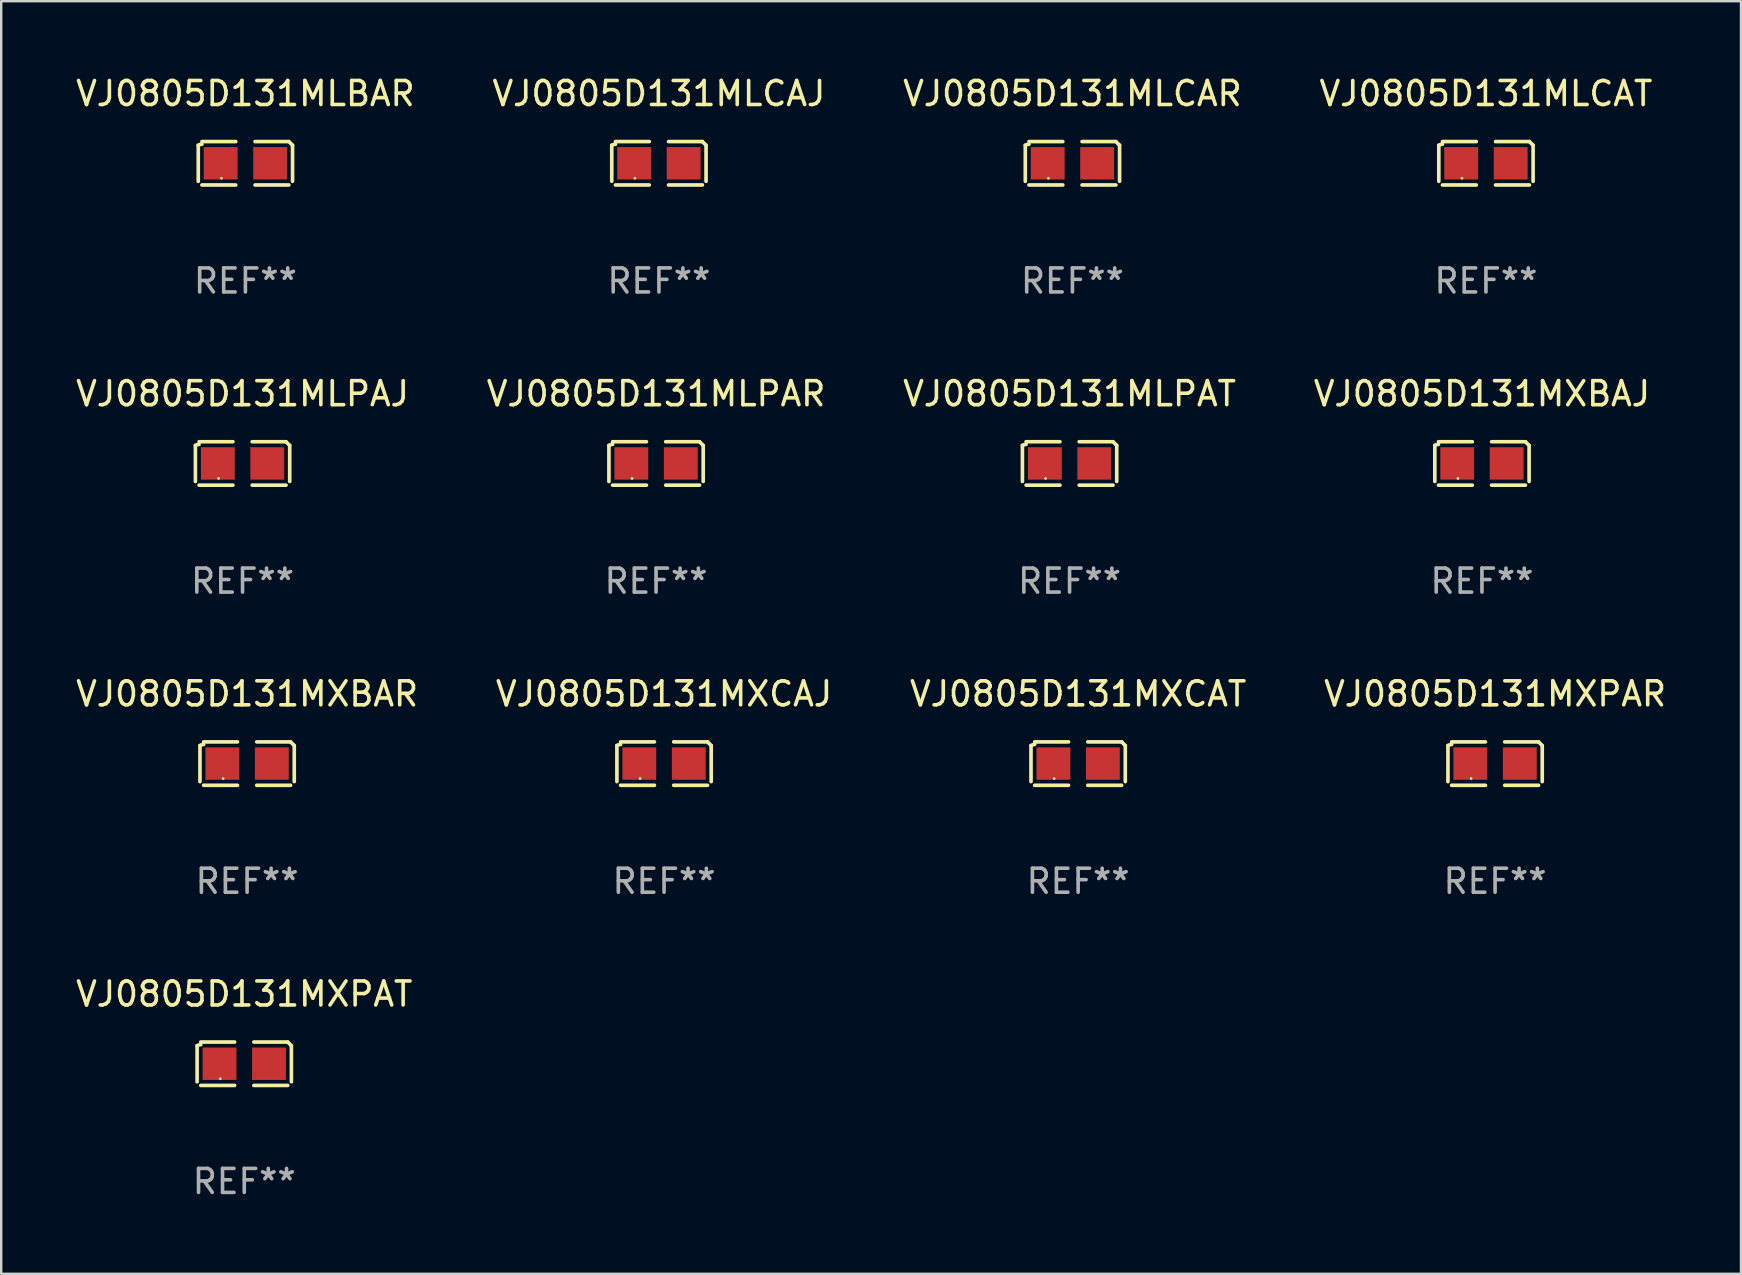
<source format=kicad_pcb>
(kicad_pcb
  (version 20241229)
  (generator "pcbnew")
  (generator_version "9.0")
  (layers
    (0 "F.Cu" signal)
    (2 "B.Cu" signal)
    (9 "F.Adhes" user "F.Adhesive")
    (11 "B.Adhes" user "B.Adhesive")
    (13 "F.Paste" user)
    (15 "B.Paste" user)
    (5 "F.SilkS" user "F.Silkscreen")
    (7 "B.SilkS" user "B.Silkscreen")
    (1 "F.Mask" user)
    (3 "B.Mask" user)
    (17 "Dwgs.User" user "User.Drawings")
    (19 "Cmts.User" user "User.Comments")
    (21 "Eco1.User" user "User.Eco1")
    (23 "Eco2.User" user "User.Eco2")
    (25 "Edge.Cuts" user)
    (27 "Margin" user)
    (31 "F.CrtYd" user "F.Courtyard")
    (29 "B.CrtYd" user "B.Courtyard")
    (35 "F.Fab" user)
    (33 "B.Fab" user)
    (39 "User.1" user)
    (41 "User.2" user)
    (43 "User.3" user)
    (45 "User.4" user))
  (footprint "VJ0805D131MXPAR"
    (layer "F.Cu")
    (at 59.232 28.759)
    (property "Reference" "VJ0805D131MXPAR" (at 0 -2.904 0) (layer "F.SilkS") (effects (font (size 1 1) (thickness 0.15))))
    (attr through_hole)
    (fp_line (start -1.964 0.751) (end -1.964 -0.751) (stroke (width 0.152) (type solid)) (layer "F.SilkS"))
    (fp_line (start -1.811 -0.904) (end -0.401 -0.904) (stroke (width 0.152) (type solid)) (layer "F.SilkS"))
    (fp_line (start -0.401 0.904) (end -1.811 0.904) (stroke (width 0.152) (type solid)) (layer "F.SilkS"))
    (fp_line (start 0.401 0.904) (end 1.811 0.904) (stroke (width 0.152) (type solid)) (layer "F.SilkS"))
    (fp_line (start 1.811 -0.904) (end 0.401 -0.904) (stroke (width 0.152) (type solid)) (layer "F.SilkS"))
    (fp_line (start 1.964 0.751) (end 1.964 -0.751) (stroke (width 0.152) (type solid)) (layer "F.SilkS"))
    (fp_arc (start -1.963602 -0.751207) (mid -1.890354 -0.783131) (end -1.811201 -0.794044) (stroke (width 0.1524) (type solid)) (layer "F.SilkS"))
    (fp_arc (start 1.811202 -0.903607) (mid 1.887413 -0.827418) (end 1.963602 -0.751207) (stroke (width 0.1524) (type solid)) (layer "F.SilkS"))
    (fp_circle (center -1 0.625) (end -0.97 0.625) (stroke (width 0.06) (type solid)) (fill no) (layer "F.SilkS"))
    (fp_text user "REF**" (at 0 4.904 0) (layer "F.Fab") (effects (font (size 1 1) (thickness 0.15))))
    (pad "1" smd rect (at -1.03 0) (size 1.41 1.35) (layers "F.Cu" "F.Mask" "F.Paste"))
    (pad "2" smd rect (at 1.03 0) (size 1.41 1.35) (layers "F.Cu" "F.Mask" "F.Paste")))
  (footprint "VJ0805D131MLCAR"
    (layer "F.Cu")
    (at 41.625 3.752)
    (property "Reference" "VJ0805D131MLCAR" (at 0 -2.904 0) (layer "F.SilkS") (effects (font (size 1 1) (thickness 0.15))))
    (attr through_hole)
    (fp_line (start -1.964 0.751) (end -1.964 -0.751) (stroke (width 0.152) (type solid)) (layer "F.SilkS"))
    (fp_line (start -1.811 -0.904) (end -0.401 -0.904) (stroke (width 0.152) (type solid)) (layer "F.SilkS"))
    (fp_line (start -0.401 0.904) (end -1.811 0.904) (stroke (width 0.152) (type solid)) (layer "F.SilkS"))
    (fp_line (start 0.401 0.904) (end 1.811 0.904) (stroke (width 0.152) (type solid)) (layer "F.SilkS"))
    (fp_line (start 1.811 -0.904) (end 0.401 -0.904) (stroke (width 0.152) (type solid)) (layer "F.SilkS"))
    (fp_line (start 1.964 0.751) (end 1.964 -0.751) (stroke (width 0.152) (type solid)) (layer "F.SilkS"))
    (fp_arc (start -1.963602 -0.751207) (mid -1.890354 -0.783131) (end -1.811201 -0.794044) (stroke (width 0.1524) (type solid)) (layer "F.SilkS"))
    (fp_arc (start 1.811202 -0.903607) (mid 1.887413 -0.827418) (end 1.963602 -0.751207) (stroke (width 0.1524) (type solid)) (layer "F.SilkS"))
    (fp_circle (center -1 0.625) (end -0.97 0.625) (stroke (width 0.06) (type solid)) (fill no) (layer "F.SilkS"))
    (fp_text user "REF**" (at 0 4.904 0) (layer "F.Fab") (effects (font (size 1 1) (thickness 0.15))))
    (pad "1" smd rect (at -1.03 0) (size 1.41 1.35) (layers "F.Cu" "F.Mask" "F.Paste"))
    (pad "2" smd rect (at 1.03 0) (size 1.41 1.35) (layers "F.Cu" "F.Mask" "F.Paste")))
  (footprint "VJ0805D131MXCAJ"
    (layer "F.Cu")
    (at 24.613 28.759)
    (property "Reference" "VJ0805D131MXCAJ" (at 0 -2.904 0) (layer "F.SilkS") (effects (font (size 1 1) (thickness 0.15))))
    (attr through_hole)
    (fp_line (start -1.964 0.751) (end -1.964 -0.751) (stroke (width 0.152) (type solid)) (layer "F.SilkS"))
    (fp_line (start -1.811 -0.904) (end -0.401 -0.904) (stroke (width 0.152) (type solid)) (layer "F.SilkS"))
    (fp_line (start -0.401 0.904) (end -1.811 0.904) (stroke (width 0.152) (type solid)) (layer "F.SilkS"))
    (fp_line (start 0.401 0.904) (end 1.811 0.904) (stroke (width 0.152) (type solid)) (layer "F.SilkS"))
    (fp_line (start 1.811 -0.904) (end 0.401 -0.904) (stroke (width 0.152) (type solid)) (layer "F.SilkS"))
    (fp_line (start 1.964 0.751) (end 1.964 -0.751) (stroke (width 0.152) (type solid)) (layer "F.SilkS"))
    (fp_arc (start -1.963602 -0.751207) (mid -1.890354 -0.783131) (end -1.811201 -0.794044) (stroke (width 0.1524) (type solid)) (layer "F.SilkS"))
    (fp_arc (start 1.811202 -0.903607) (mid 1.887413 -0.827418) (end 1.963602 -0.751207) (stroke (width 0.1524) (type solid)) (layer "F.SilkS"))
    (fp_circle (center -1 0.625) (end -0.97 0.625) (stroke (width 0.06) (type solid)) (fill no) (layer "F.SilkS"))
    (fp_text user "REF**" (at 0 4.904 0) (layer "F.Fab") (effects (font (size 1 1) (thickness 0.15))))
    (pad "1" smd rect (at -1.03 0) (size 1.41 1.35) (layers "F.Cu" "F.Mask" "F.Paste"))
    (pad "2" smd rect (at 1.03 0) (size 1.41 1.35) (layers "F.Cu" "F.Mask" "F.Paste")))
  (footprint "VJ0805D131MLPAT"
    (layer "F.Cu")
    (at 41.506 16.256)
    (property "Reference" "VJ0805D131MLPAT" (at 0 -2.904 0) (layer "F.SilkS") (effects (font (size 1 1) (thickness 0.15))))
    (attr through_hole)
    (fp_line (start -1.964 0.751) (end -1.964 -0.751) (stroke (width 0.152) (type solid)) (layer "F.SilkS"))
    (fp_line (start -1.811 -0.904) (end -0.401 -0.904) (stroke (width 0.152) (type solid)) (layer "F.SilkS"))
    (fp_line (start -0.401 0.904) (end -1.811 0.904) (stroke (width 0.152) (type solid)) (layer "F.SilkS"))
    (fp_line (start 0.401 0.904) (end 1.811 0.904) (stroke (width 0.152) (type solid)) (layer "F.SilkS"))
    (fp_line (start 1.811 -0.904) (end 0.401 -0.904) (stroke (width 0.152) (type solid)) (layer "F.SilkS"))
    (fp_line (start 1.964 0.751) (end 1.964 -0.751) (stroke (width 0.152) (type solid)) (layer "F.SilkS"))
    (fp_arc (start -1.963602 -0.751207) (mid -1.890354 -0.783131) (end -1.811201 -0.794044) (stroke (width 0.1524) (type solid)) (layer "F.SilkS"))
    (fp_arc (start 1.811202 -0.903607) (mid 1.887413 -0.827418) (end 1.963602 -0.751207) (stroke (width 0.1524) (type solid)) (layer "F.SilkS"))
    (fp_circle (center -1 0.625) (end -0.97 0.625) (stroke (width 0.06) (type solid)) (fill no) (layer "F.SilkS"))
    (fp_text user "REF**" (at 0 4.904 0) (layer "F.Fab") (effects (font (size 1 1) (thickness 0.15))))
    (pad "1" smd rect (at -1.03 0) (size 1.41 1.35) (layers "F.Cu" "F.Mask" "F.Paste"))
    (pad "2" smd rect (at 1.03 0) (size 1.41 1.35) (layers "F.Cu" "F.Mask" "F.Paste")))
  (footprint "VJ0805D131MXPAT"
    (layer "F.Cu")
    (at 7.125 41.263)
    (property "Reference" "VJ0805D131MXPAT" (at 0 -2.904 0) (layer "F.SilkS") (effects (font (size 1 1) (thickness 0.15))))
    (attr through_hole)
    (fp_line (start -1.964 0.751) (end -1.964 -0.751) (stroke (width 0.152) (type solid)) (layer "F.SilkS"))
    (fp_line (start -1.811 -0.904) (end -0.401 -0.904) (stroke (width 0.152) (type solid)) (layer "F.SilkS"))
    (fp_line (start -0.401 0.904) (end -1.811 0.904) (stroke (width 0.152) (type solid)) (layer "F.SilkS"))
    (fp_line (start 0.401 0.904) (end 1.811 0.904) (stroke (width 0.152) (type solid)) (layer "F.SilkS"))
    (fp_line (start 1.811 -0.904) (end 0.401 -0.904) (stroke (width 0.152) (type solid)) (layer "F.SilkS"))
    (fp_line (start 1.964 0.751) (end 1.964 -0.751) (stroke (width 0.152) (type solid)) (layer "F.SilkS"))
    (fp_arc (start -1.963602 -0.751207) (mid -1.890354 -0.783131) (end -1.811201 -0.794044) (stroke (width 0.1524) (type solid)) (layer "F.SilkS"))
    (fp_arc (start 1.811202 -0.903607) (mid 1.887413 -0.827418) (end 1.963602 -0.751207) (stroke (width 0.1524) (type solid)) (layer "F.SilkS"))
    (fp_circle (center -1 0.625) (end -0.97 0.625) (stroke (width 0.06) (type solid)) (fill no) (layer "F.SilkS"))
    (fp_text user "REF**" (at 0 4.904 0) (layer "F.Fab") (effects (font (size 1 1) (thickness 0.15))))
    (pad "1" smd rect (at -1.03 0) (size 1.41 1.35) (layers "F.Cu" "F.Mask" "F.Paste"))
    (pad "2" smd rect (at 1.03 0) (size 1.41 1.35) (layers "F.Cu" "F.Mask" "F.Paste")))
  (footprint "VJ0805D131MLBAR"
    (layer "F.Cu")
    (at 7.173 3.752)
    (property "Reference" "VJ0805D131MLBAR" (at 0 -2.904 0) (layer "F.SilkS") (effects (font (size 1 1) (thickness 0.15))))
    (attr through_hole)
    (fp_line (start -1.964 0.751) (end -1.964 -0.751) (stroke (width 0.152) (type solid)) (layer "F.SilkS"))
    (fp_line (start -1.811 -0.904) (end -0.401 -0.904) (stroke (width 0.152) (type solid)) (layer "F.SilkS"))
    (fp_line (start -0.401 0.904) (end -1.811 0.904) (stroke (width 0.152) (type solid)) (layer "F.SilkS"))
    (fp_line (start 0.401 0.904) (end 1.811 0.904) (stroke (width 0.152) (type solid)) (layer "F.SilkS"))
    (fp_line (start 1.811 -0.904) (end 0.401 -0.904) (stroke (width 0.152) (type solid)) (layer "F.SilkS"))
    (fp_line (start 1.964 0.751) (end 1.964 -0.751) (stroke (width 0.152) (type solid)) (layer "F.SilkS"))
    (fp_arc (start -1.963602 -0.751207) (mid -1.890354 -0.783131) (end -1.811201 -0.794044) (stroke (width 0.1524) (type solid)) (layer "F.SilkS"))
    (fp_arc (start 1.811202 -0.903607) (mid 1.887413 -0.827418) (end 1.963602 -0.751207) (stroke (width 0.1524) (type solid)) (layer "F.SilkS"))
    (fp_circle (center -1 0.625) (end -0.97 0.625) (stroke (width 0.06) (type solid)) (fill no) (layer "F.SilkS"))
    (fp_text user "REF**" (at 0 4.904 0) (layer "F.Fab") (effects (font (size 1 1) (thickness 0.15))))
    (pad "1" smd rect (at -1.03 0) (size 1.41 1.35) (layers "F.Cu" "F.Mask" "F.Paste"))
    (pad "2" smd rect (at 1.03 0) (size 1.41 1.35) (layers "F.Cu" "F.Mask" "F.Paste")))
  (footprint "VJ0805D131MLCAT"
    (layer "F.Cu")
    (at 58.851 3.752)
    (property "Reference" "VJ0805D131MLCAT" (at 0 -2.904 0) (layer "F.SilkS") (effects (font (size 1 1) (thickness 0.15))))
    (attr through_hole)
    (fp_line (start -1.964 0.751) (end -1.964 -0.751) (stroke (width 0.152) (type solid)) (layer "F.SilkS"))
    (fp_line (start -1.811 -0.904) (end -0.401 -0.904) (stroke (width 0.152) (type solid)) (layer "F.SilkS"))
    (fp_line (start -0.401 0.904) (end -1.811 0.904) (stroke (width 0.152) (type solid)) (layer "F.SilkS"))
    (fp_line (start 0.401 0.904) (end 1.811 0.904) (stroke (width 0.152) (type solid)) (layer "F.SilkS"))
    (fp_line (start 1.811 -0.904) (end 0.401 -0.904) (stroke (width 0.152) (type solid)) (layer "F.SilkS"))
    (fp_line (start 1.964 0.751) (end 1.964 -0.751) (stroke (width 0.152) (type solid)) (layer "F.SilkS"))
    (fp_arc (start -1.963602 -0.751207) (mid -1.890354 -0.783131) (end -1.811201 -0.794044) (stroke (width 0.1524) (type solid)) (layer "F.SilkS"))
    (fp_arc (start 1.811202 -0.903607) (mid 1.887413 -0.827418) (end 1.963602 -0.751207) (stroke (width 0.1524) (type solid)) (layer "F.SilkS"))
    (fp_circle (center -1 0.625) (end -0.97 0.625) (stroke (width 0.06) (type solid)) (fill no) (layer "F.SilkS"))
    (fp_text user "REF**" (at 0 4.904 0) (layer "F.Fab") (effects (font (size 1 1) (thickness 0.15))))
    (pad "1" smd rect (at -1.03 0) (size 1.41 1.35) (layers "F.Cu" "F.Mask" "F.Paste"))
    (pad "2" smd rect (at 1.03 0) (size 1.41 1.35) (layers "F.Cu" "F.Mask" "F.Paste")))
  (footprint "VJ0805D131MXBAJ"
    (layer "F.Cu")
    (at 58.685 16.256)
    (property "Reference" "VJ0805D131MXBAJ" (at 0 -2.904 0) (layer "F.SilkS") (effects (font (size 1 1) (thickness 0.15))))
    (attr through_hole)
    (fp_line (start -1.964 0.751) (end -1.964 -0.751) (stroke (width 0.152) (type solid)) (layer "F.SilkS"))
    (fp_line (start -1.811 -0.904) (end -0.401 -0.904) (stroke (width 0.152) (type solid)) (layer "F.SilkS"))
    (fp_line (start -0.401 0.904) (end -1.811 0.904) (stroke (width 0.152) (type solid)) (layer "F.SilkS"))
    (fp_line (start 0.401 0.904) (end 1.811 0.904) (stroke (width 0.152) (type solid)) (layer "F.SilkS"))
    (fp_line (start 1.811 -0.904) (end 0.401 -0.904) (stroke (width 0.152) (type solid)) (layer "F.SilkS"))
    (fp_line (start 1.964 0.751) (end 1.964 -0.751) (stroke (width 0.152) (type solid)) (layer "F.SilkS"))
    (fp_arc (start -1.963602 -0.751207) (mid -1.890354 -0.783131) (end -1.811201 -0.794044) (stroke (width 0.1524) (type solid)) (layer "F.SilkS"))
    (fp_arc (start 1.811202 -0.903607) (mid 1.887413 -0.827418) (end 1.963602 -0.751207) (stroke (width 0.1524) (type solid)) (layer "F.SilkS"))
    (fp_circle (center -1 0.625) (end -0.97 0.625) (stroke (width 0.06) (type solid)) (fill no) (layer "F.SilkS"))
    (fp_text user "REF**" (at 0 4.904 0) (layer "F.Fab") (effects (font (size 1 1) (thickness 0.15))))
    (pad "1" smd rect (at -1.03 0) (size 1.41 1.35) (layers "F.Cu" "F.Mask" "F.Paste"))
    (pad "2" smd rect (at 1.03 0) (size 1.41 1.35) (layers "F.Cu" "F.Mask" "F.Paste")))
  (footprint "VJ0805D131MXBAR"
    (layer "F.Cu")
    (at 7.244 28.759)
    (property "Reference" "VJ0805D131MXBAR" (at 0 -2.904 0) (layer "F.SilkS") (effects (font (size 1 1) (thickness 0.15))))
    (attr through_hole)
    (fp_line (start -1.964 0.751) (end -1.964 -0.751) (stroke (width 0.152) (type solid)) (layer "F.SilkS"))
    (fp_line (start -1.811 -0.904) (end -0.401 -0.904) (stroke (width 0.152) (type solid)) (layer "F.SilkS"))
    (fp_line (start -0.401 0.904) (end -1.811 0.904) (stroke (width 0.152) (type solid)) (layer "F.SilkS"))
    (fp_line (start 0.401 0.904) (end 1.811 0.904) (stroke (width 0.152) (type solid)) (layer "F.SilkS"))
    (fp_line (start 1.811 -0.904) (end 0.401 -0.904) (stroke (width 0.152) (type solid)) (layer "F.SilkS"))
    (fp_line (start 1.964 0.751) (end 1.964 -0.751) (stroke (width 0.152) (type solid)) (layer "F.SilkS"))
    (fp_arc (start -1.963602 -0.751207) (mid -1.890354 -0.783131) (end -1.811201 -0.794044) (stroke (width 0.1524) (type solid)) (layer "F.SilkS"))
    (fp_arc (start 1.811202 -0.903607) (mid 1.887413 -0.827418) (end 1.963602 -0.751207) (stroke (width 0.1524) (type solid)) (layer "F.SilkS"))
    (fp_circle (center -1 0.625) (end -0.97 0.625) (stroke (width 0.06) (type solid)) (fill no) (layer "F.SilkS"))
    (fp_text user "REF**" (at 0 4.904 0) (layer "F.Fab") (effects (font (size 1 1) (thickness 0.15))))
    (pad "1" smd rect (at -1.03 0) (size 1.41 1.35) (layers "F.Cu" "F.Mask" "F.Paste"))
    (pad "2" smd rect (at 1.03 0) (size 1.41 1.35) (layers "F.Cu" "F.Mask" "F.Paste")))
  (footprint "VJ0805D131MXCAT"
    (layer "F.Cu")
    (at 41.863 28.759)
    (property "Reference" "VJ0805D131MXCAT" (at 0 -2.904 0) (layer "F.SilkS") (effects (font (size 1 1) (thickness 0.15))))
    (attr through_hole)
    (fp_line (start -1.964 0.751) (end -1.964 -0.751) (stroke (width 0.152) (type solid)) (layer "F.SilkS"))
    (fp_line (start -1.811 -0.904) (end -0.401 -0.904) (stroke (width 0.152) (type solid)) (layer "F.SilkS"))
    (fp_line (start -0.401 0.904) (end -1.811 0.904) (stroke (width 0.152) (type solid)) (layer "F.SilkS"))
    (fp_line (start 0.401 0.904) (end 1.811 0.904) (stroke (width 0.152) (type solid)) (layer "F.SilkS"))
    (fp_line (start 1.811 -0.904) (end 0.401 -0.904) (stroke (width 0.152) (type solid)) (layer "F.SilkS"))
    (fp_line (start 1.964 0.751) (end 1.964 -0.751) (stroke (width 0.152) (type solid)) (layer "F.SilkS"))
    (fp_arc (start -1.963602 -0.751207) (mid -1.890354 -0.783131) (end -1.811201 -0.794044) (stroke (width 0.1524) (type solid)) (layer "F.SilkS"))
    (fp_arc (start 1.811202 -0.903607) (mid 1.887413 -0.827418) (end 1.963602 -0.751207) (stroke (width 0.1524) (type solid)) (layer "F.SilkS"))
    (fp_circle (center -1 0.625) (end -0.97 0.625) (stroke (width 0.06) (type solid)) (fill no) (layer "F.SilkS"))
    (fp_text user "REF**" (at 0 4.904 0) (layer "F.Fab") (effects (font (size 1 1) (thickness 0.15))))
    (pad "1" smd rect (at -1.03 0) (size 1.41 1.35) (layers "F.Cu" "F.Mask" "F.Paste"))
    (pad "2" smd rect (at 1.03 0) (size 1.41 1.35) (layers "F.Cu" "F.Mask" "F.Paste")))
  (footprint "VJ0805D131MLPAJ"
    (layer "F.Cu")
    (at 7.054 16.256)
    (property "Reference" "VJ0805D131MLPAJ" (at 0 -2.904 0) (layer "F.SilkS") (effects (font (size 1 1) (thickness 0.15))))
    (attr through_hole)
    (fp_line (start -1.964 0.751) (end -1.964 -0.751) (stroke (width 0.152) (type solid)) (layer "F.SilkS"))
    (fp_line (start -1.811 -0.904) (end -0.401 -0.904) (stroke (width 0.152) (type solid)) (layer "F.SilkS"))
    (fp_line (start -0.401 0.904) (end -1.811 0.904) (stroke (width 0.152) (type solid)) (layer "F.SilkS"))
    (fp_line (start 0.401 0.904) (end 1.811 0.904) (stroke (width 0.152) (type solid)) (layer "F.SilkS"))
    (fp_line (start 1.811 -0.904) (end 0.401 -0.904) (stroke (width 0.152) (type solid)) (layer "F.SilkS"))
    (fp_line (start 1.964 0.751) (end 1.964 -0.751) (stroke (width 0.152) (type solid)) (layer "F.SilkS"))
    (fp_arc (start -1.963602 -0.751207) (mid -1.890354 -0.783131) (end -1.811201 -0.794044) (stroke (width 0.1524) (type solid)) (layer "F.SilkS"))
    (fp_arc (start 1.811202 -0.903607) (mid 1.887413 -0.827418) (end 1.963602 -0.751207) (stroke (width 0.1524) (type solid)) (layer "F.SilkS"))
    (fp_circle (center -1 0.625) (end -0.97 0.625) (stroke (width 0.06) (type solid)) (fill no) (layer "F.SilkS"))
    (fp_text user "REF**" (at 0 4.904 0) (layer "F.Fab") (effects (font (size 1 1) (thickness 0.15))))
    (pad "1" smd rect (at -1.03 0) (size 1.41 1.35) (layers "F.Cu" "F.Mask" "F.Paste"))
    (pad "2" smd rect (at 1.03 0) (size 1.41 1.35) (layers "F.Cu" "F.Mask" "F.Paste")))
  (footprint "VJ0805D131MLPAR"
    (layer "F.Cu")
    (at 24.28 16.256)
    (property "Reference" "VJ0805D131MLPAR" (at 0 -2.904 0) (layer "F.SilkS") (effects (font (size 1 1) (thickness 0.15))))
    (attr through_hole)
    (fp_line (start -1.964 0.751) (end -1.964 -0.751) (stroke (width 0.152) (type solid)) (layer "F.SilkS"))
    (fp_line (start -1.811 -0.904) (end -0.401 -0.904) (stroke (width 0.152) (type solid)) (layer "F.SilkS"))
    (fp_line (start -0.401 0.904) (end -1.811 0.904) (stroke (width 0.152) (type solid)) (layer "F.SilkS"))
    (fp_line (start 0.401 0.904) (end 1.811 0.904) (stroke (width 0.152) (type solid)) (layer "F.SilkS"))
    (fp_line (start 1.811 -0.904) (end 0.401 -0.904) (stroke (width 0.152) (type solid)) (layer "F.SilkS"))
    (fp_line (start 1.964 0.751) (end 1.964 -0.751) (stroke (width 0.152) (type solid)) (layer "F.SilkS"))
    (fp_arc (start -1.963602 -0.751207) (mid -1.890354 -0.783131) (end -1.811201 -0.794044) (stroke (width 0.1524) (type solid)) (layer "F.SilkS"))
    (fp_arc (start 1.811202 -0.903607) (mid 1.887413 -0.827418) (end 1.963602 -0.751207) (stroke (width 0.1524) (type solid)) (layer "F.SilkS"))
    (fp_circle (center -1 0.625) (end -0.97 0.625) (stroke (width 0.06) (type solid)) (fill no) (layer "F.SilkS"))
    (fp_text user "REF**" (at 0 4.904 0) (layer "F.Fab") (effects (font (size 1 1) (thickness 0.15))))
    (pad "1" smd rect (at -1.03 0) (size 1.41 1.35) (layers "F.Cu" "F.Mask" "F.Paste"))
    (pad "2" smd rect (at 1.03 0) (size 1.41 1.35) (layers "F.Cu" "F.Mask" "F.Paste")))
  (footprint "VJ0805D131MLCAJ"
    (layer "F.Cu")
    (at 24.399 3.752)
    (property "Reference" "VJ0805D131MLCAJ" (at 0 -2.904 0) (layer "F.SilkS") (effects (font (size 1 1) (thickness 0.15))))
    (attr through_hole)
    (fp_line (start -1.964 0.751) (end -1.964 -0.751) (stroke (width 0.152) (type solid)) (layer "F.SilkS"))
    (fp_line (start -1.811 -0.904) (end -0.401 -0.904) (stroke (width 0.152) (type solid)) (layer "F.SilkS"))
    (fp_line (start -0.401 0.904) (end -1.811 0.904) (stroke (width 0.152) (type solid)) (layer "F.SilkS"))
    (fp_line (start 0.401 0.904) (end 1.811 0.904) (stroke (width 0.152) (type solid)) (layer "F.SilkS"))
    (fp_line (start 1.811 -0.904) (end 0.401 -0.904) (stroke (width 0.152) (type solid)) (layer "F.SilkS"))
    (fp_line (start 1.964 0.751) (end 1.964 -0.751) (stroke (width 0.152) (type solid)) (layer "F.SilkS"))
    (fp_arc (start -1.963602 -0.751207) (mid -1.890354 -0.783131) (end -1.811201 -0.794044) (stroke (width 0.1524) (type solid)) (layer "F.SilkS"))
    (fp_arc (start 1.811202 -0.903607) (mid 1.887413 -0.827418) (end 1.963602 -0.751207) (stroke (width 0.1524) (type solid)) (layer "F.SilkS"))
    (fp_circle (center -1 0.625) (end -0.97 0.625) (stroke (width 0.06) (type solid)) (fill no) (layer "F.SilkS"))
    (fp_text user "REF**" (at 0 4.904 0) (layer "F.Fab") (effects (font (size 1 1) (thickness 0.15))))
    (pad "1" smd rect (at -1.03 0) (size 1.41 1.35) (layers "F.Cu" "F.Mask" "F.Paste"))
    (pad "2" smd rect (at 1.03 0) (size 1.41 1.35) (layers "F.Cu" "F.Mask" "F.Paste")))
  (gr_rect
    (start -3 -3)
    (end 69.476 50.015)
    (stroke (width 0.1) (type default))
    (fill no)
    (layer "Edge.Cuts")))
</source>
